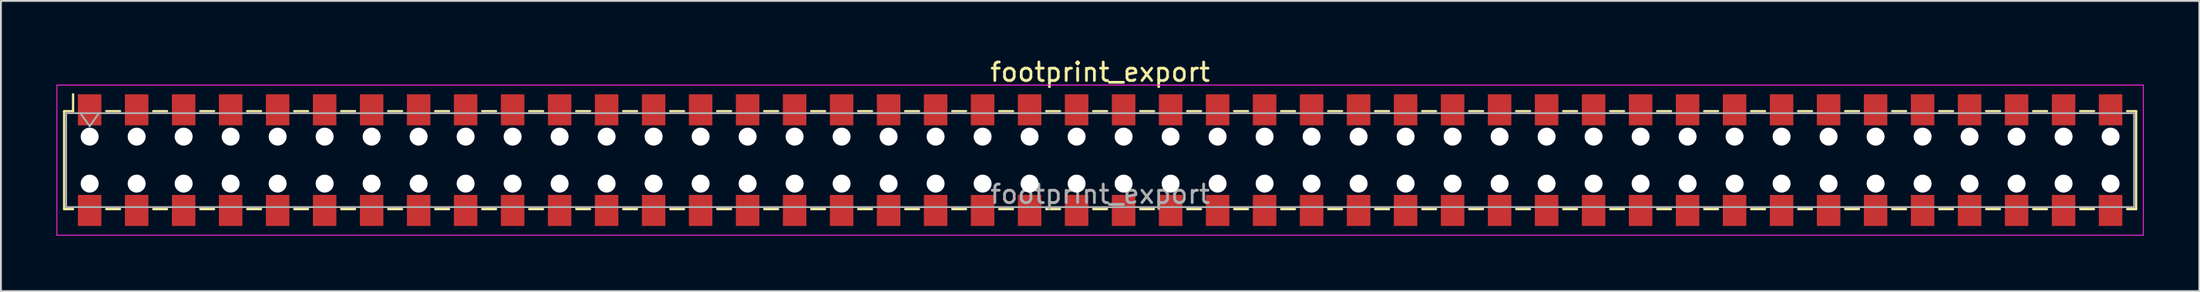
<source format=kicad_pcb>
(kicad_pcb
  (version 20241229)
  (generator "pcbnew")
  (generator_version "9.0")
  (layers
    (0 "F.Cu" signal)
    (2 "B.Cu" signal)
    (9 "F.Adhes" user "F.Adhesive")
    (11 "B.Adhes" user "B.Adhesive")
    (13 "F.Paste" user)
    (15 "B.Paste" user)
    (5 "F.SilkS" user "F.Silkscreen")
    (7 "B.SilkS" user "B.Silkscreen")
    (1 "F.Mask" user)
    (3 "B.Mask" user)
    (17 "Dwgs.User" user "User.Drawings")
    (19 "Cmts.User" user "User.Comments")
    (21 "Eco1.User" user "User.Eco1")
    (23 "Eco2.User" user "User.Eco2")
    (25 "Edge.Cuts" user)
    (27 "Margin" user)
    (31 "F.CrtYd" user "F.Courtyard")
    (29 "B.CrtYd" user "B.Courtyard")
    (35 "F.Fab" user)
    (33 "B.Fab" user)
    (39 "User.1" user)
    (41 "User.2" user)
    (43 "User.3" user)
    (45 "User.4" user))
  (footprint "footprint_export"
    (layer "F.Cu")
    (at 56.405 5.608)
    (property "Reference" "footprint_export" (at 0 -4.76 0) (layer "F.SilkS") (effects (font (size 1 1) (thickness 0.15))))
    (attr smd)
    (fp_line (start -55.99 -2.65) (end -55.99 2.65) (stroke (width 0.12) (type solid)) (layer "F.SilkS"))
    (fp_line (start -55.99 2.65) (end -55.505 2.65) (stroke (width 0.12) (type solid)) (layer "F.SilkS"))
    (fp_line (start -55.505 -3.56) (end -55.505 -2.65) (stroke (width 0.12) (type solid)) (layer "F.SilkS"))
    (fp_line (start -55.505 -2.65) (end -55.99 -2.65) (stroke (width 0.12) (type solid)) (layer "F.SilkS"))
    (fp_line (start -53.715 -2.65) (end -52.965 -2.65) (stroke (width 0.12) (type solid)) (layer "F.SilkS"))
    (fp_line (start -53.715 2.65) (end -52.965 2.65) (stroke (width 0.12) (type solid)) (layer "F.SilkS"))
    (fp_line (start -51.175 -2.65) (end -50.425 -2.65) (stroke (width 0.12) (type solid)) (layer "F.SilkS"))
    (fp_line (start -51.175 2.65) (end -50.425 2.65) (stroke (width 0.12) (type solid)) (layer "F.SilkS"))
    (fp_line (start -48.635 -2.65) (end -47.885 -2.65) (stroke (width 0.12) (type solid)) (layer "F.SilkS"))
    (fp_line (start -48.635 2.65) (end -47.885 2.65) (stroke (width 0.12) (type solid)) (layer "F.SilkS"))
    (fp_line (start -46.095 -2.65) (end -45.345 -2.65) (stroke (width 0.12) (type solid)) (layer "F.SilkS"))
    (fp_line (start -46.095 2.65) (end -45.345 2.65) (stroke (width 0.12) (type solid)) (layer "F.SilkS"))
    (fp_line (start -43.555 -2.65) (end -42.805 -2.65) (stroke (width 0.12) (type solid)) (layer "F.SilkS"))
    (fp_line (start -43.555 2.65) (end -42.805 2.65) (stroke (width 0.12) (type solid)) (layer "F.SilkS"))
    (fp_line (start -41.015 -2.65) (end -40.265 -2.65) (stroke (width 0.12) (type solid)) (layer "F.SilkS"))
    (fp_line (start -41.015 2.65) (end -40.265 2.65) (stroke (width 0.12) (type solid)) (layer "F.SilkS"))
    (fp_line (start -38.475 -2.65) (end -37.725 -2.65) (stroke (width 0.12) (type solid)) (layer "F.SilkS"))
    (fp_line (start -38.475 2.65) (end -37.725 2.65) (stroke (width 0.12) (type solid)) (layer "F.SilkS"))
    (fp_line (start -35.935 -2.65) (end -35.185 -2.65) (stroke (width 0.12) (type solid)) (layer "F.SilkS"))
    (fp_line (start -35.935 2.65) (end -35.185 2.65) (stroke (width 0.12) (type solid)) (layer "F.SilkS"))
    (fp_line (start -33.395 -2.65) (end -32.645 -2.65) (stroke (width 0.12) (type solid)) (layer "F.SilkS"))
    (fp_line (start -33.395 2.65) (end -32.645 2.65) (stroke (width 0.12) (type solid)) (layer "F.SilkS"))
    (fp_line (start -30.855 -2.65) (end -30.105 -2.65) (stroke (width 0.12) (type solid)) (layer "F.SilkS"))
    (fp_line (start -30.855 2.65) (end -30.105 2.65) (stroke (width 0.12) (type solid)) (layer "F.SilkS"))
    (fp_line (start -28.315 -2.65) (end -27.565 -2.65) (stroke (width 0.12) (type solid)) (layer "F.SilkS"))
    (fp_line (start -28.315 2.65) (end -27.565 2.65) (stroke (width 0.12) (type solid)) (layer "F.SilkS"))
    (fp_line (start -25.775 -2.65) (end -25.025 -2.65) (stroke (width 0.12) (type solid)) (layer "F.SilkS"))
    (fp_line (start -25.775 2.65) (end -25.025 2.65) (stroke (width 0.12) (type solid)) (layer "F.SilkS"))
    (fp_line (start -23.235 -2.65) (end -22.485 -2.65) (stroke (width 0.12) (type solid)) (layer "F.SilkS"))
    (fp_line (start -23.235 2.65) (end -22.485 2.65) (stroke (width 0.12) (type solid)) (layer "F.SilkS"))
    (fp_line (start -20.695 -2.65) (end -19.945 -2.65) (stroke (width 0.12) (type solid)) (layer "F.SilkS"))
    (fp_line (start -20.695 2.65) (end -19.945 2.65) (stroke (width 0.12) (type solid)) (layer "F.SilkS"))
    (fp_line (start -18.155 -2.65) (end -17.405 -2.65) (stroke (width 0.12) (type solid)) (layer "F.SilkS"))
    (fp_line (start -18.155 2.65) (end -17.405 2.65) (stroke (width 0.12) (type solid)) (layer "F.SilkS"))
    (fp_line (start -15.615 -2.65) (end -14.865 -2.65) (stroke (width 0.12) (type solid)) (layer "F.SilkS"))
    (fp_line (start -15.615 2.65) (end -14.865 2.65) (stroke (width 0.12) (type solid)) (layer "F.SilkS"))
    (fp_line (start -13.075 -2.65) (end -12.325 -2.65) (stroke (width 0.12) (type solid)) (layer "F.SilkS"))
    (fp_line (start -13.075 2.65) (end -12.325 2.65) (stroke (width 0.12) (type solid)) (layer "F.SilkS"))
    (fp_line (start -10.535 -2.65) (end -9.785 -2.65) (stroke (width 0.12) (type solid)) (layer "F.SilkS"))
    (fp_line (start -10.535 2.65) (end -9.785 2.65) (stroke (width 0.12) (type solid)) (layer "F.SilkS"))
    (fp_line (start -7.995 -2.65) (end -7.245 -2.65) (stroke (width 0.12) (type solid)) (layer "F.SilkS"))
    (fp_line (start -7.995 2.65) (end -7.245 2.65) (stroke (width 0.12) (type solid)) (layer "F.SilkS"))
    (fp_line (start -5.455 -2.65) (end -4.705 -2.65) (stroke (width 0.12) (type solid)) (layer "F.SilkS"))
    (fp_line (start -5.455 2.65) (end -4.705 2.65) (stroke (width 0.12) (type solid)) (layer "F.SilkS"))
    (fp_line (start -2.915 -2.65) (end -2.165 -2.65) (stroke (width 0.12) (type solid)) (layer "F.SilkS"))
    (fp_line (start -2.915 2.65) (end -2.165 2.65) (stroke (width 0.12) (type solid)) (layer "F.SilkS"))
    (fp_line (start -0.375 -2.65) (end 0.375 -2.65) (stroke (width 0.12) (type solid)) (layer "F.SilkS"))
    (fp_line (start -0.375 2.65) (end 0.375 2.65) (stroke (width 0.12) (type solid)) (layer "F.SilkS"))
    (fp_line (start 2.165 -2.65) (end 2.915 -2.65) (stroke (width 0.12) (type solid)) (layer "F.SilkS"))
    (fp_line (start 2.165 2.65) (end 2.915 2.65) (stroke (width 0.12) (type solid)) (layer "F.SilkS"))
    (fp_line (start 4.705 -2.65) (end 5.455 -2.65) (stroke (width 0.12) (type solid)) (layer "F.SilkS"))
    (fp_line (start 4.705 2.65) (end 5.455 2.65) (stroke (width 0.12) (type solid)) (layer "F.SilkS"))
    (fp_line (start 7.245 -2.65) (end 7.995 -2.65) (stroke (width 0.12) (type solid)) (layer "F.SilkS"))
    (fp_line (start 7.245 2.65) (end 7.995 2.65) (stroke (width 0.12) (type solid)) (layer "F.SilkS"))
    (fp_line (start 9.785 -2.65) (end 10.535 -2.65) (stroke (width 0.12) (type solid)) (layer "F.SilkS"))
    (fp_line (start 9.785 2.65) (end 10.535 2.65) (stroke (width 0.12) (type solid)) (layer "F.SilkS"))
    (fp_line (start 12.325 -2.65) (end 13.075 -2.65) (stroke (width 0.12) (type solid)) (layer "F.SilkS"))
    (fp_line (start 12.325 2.65) (end 13.075 2.65) (stroke (width 0.12) (type solid)) (layer "F.SilkS"))
    (fp_line (start 14.865 -2.65) (end 15.615 -2.65) (stroke (width 0.12) (type solid)) (layer "F.SilkS"))
    (fp_line (start 14.865 2.65) (end 15.615 2.65) (stroke (width 0.12) (type solid)) (layer "F.SilkS"))
    (fp_line (start 17.405 -2.65) (end 18.155 -2.65) (stroke (width 0.12) (type solid)) (layer "F.SilkS"))
    (fp_line (start 17.405 2.65) (end 18.155 2.65) (stroke (width 0.12) (type solid)) (layer "F.SilkS"))
    (fp_line (start 19.945 -2.65) (end 20.695 -2.65) (stroke (width 0.12) (type solid)) (layer "F.SilkS"))
    (fp_line (start 19.945 2.65) (end 20.695 2.65) (stroke (width 0.12) (type solid)) (layer "F.SilkS"))
    (fp_line (start 22.485 -2.65) (end 23.235 -2.65) (stroke (width 0.12) (type solid)) (layer "F.SilkS"))
    (fp_line (start 22.485 2.65) (end 23.235 2.65) (stroke (width 0.12) (type solid)) (layer "F.SilkS"))
    (fp_line (start 25.025 -2.65) (end 25.775 -2.65) (stroke (width 0.12) (type solid)) (layer "F.SilkS"))
    (fp_line (start 25.025 2.65) (end 25.775 2.65) (stroke (width 0.12) (type solid)) (layer "F.SilkS"))
    (fp_line (start 27.565 -2.65) (end 28.315 -2.65) (stroke (width 0.12) (type solid)) (layer "F.SilkS"))
    (fp_line (start 27.565 2.65) (end 28.315 2.65) (stroke (width 0.12) (type solid)) (layer "F.SilkS"))
    (fp_line (start 30.105 -2.65) (end 30.855 -2.65) (stroke (width 0.12) (type solid)) (layer "F.SilkS"))
    (fp_line (start 30.105 2.65) (end 30.855 2.65) (stroke (width 0.12) (type solid)) (layer "F.SilkS"))
    (fp_line (start 32.645 -2.65) (end 33.395 -2.65) (stroke (width 0.12) (type solid)) (layer "F.SilkS"))
    (fp_line (start 32.645 2.65) (end 33.395 2.65) (stroke (width 0.12) (type solid)) (layer "F.SilkS"))
    (fp_line (start 35.185 -2.65) (end 35.935 -2.65) (stroke (width 0.12) (type solid)) (layer "F.SilkS"))
    (fp_line (start 35.185 2.65) (end 35.935 2.65) (stroke (width 0.12) (type solid)) (layer "F.SilkS"))
    (fp_line (start 37.725 -2.65) (end 38.475 -2.65) (stroke (width 0.12) (type solid)) (layer "F.SilkS"))
    (fp_line (start 37.725 2.65) (end 38.475 2.65) (stroke (width 0.12) (type solid)) (layer "F.SilkS"))
    (fp_line (start 40.265 -2.65) (end 41.015 -2.65) (stroke (width 0.12) (type solid)) (layer "F.SilkS"))
    (fp_line (start 40.265 2.65) (end 41.015 2.65) (stroke (width 0.12) (type solid)) (layer "F.SilkS"))
    (fp_line (start 42.805 -2.65) (end 43.555 -2.65) (stroke (width 0.12) (type solid)) (layer "F.SilkS"))
    (fp_line (start 42.805 2.65) (end 43.555 2.65) (stroke (width 0.12) (type solid)) (layer "F.SilkS"))
    (fp_line (start 45.345 -2.65) (end 46.095 -2.65) (stroke (width 0.12) (type solid)) (layer "F.SilkS"))
    (fp_line (start 45.345 2.65) (end 46.095 2.65) (stroke (width 0.12) (type solid)) (layer "F.SilkS"))
    (fp_line (start 47.885 -2.65) (end 48.635 -2.65) (stroke (width 0.12) (type solid)) (layer "F.SilkS"))
    (fp_line (start 47.885 2.65) (end 48.635 2.65) (stroke (width 0.12) (type solid)) (layer "F.SilkS"))
    (fp_line (start 50.425 -2.65) (end 51.175 -2.65) (stroke (width 0.12) (type solid)) (layer "F.SilkS"))
    (fp_line (start 50.425 2.65) (end 51.175 2.65) (stroke (width 0.12) (type solid)) (layer "F.SilkS"))
    (fp_line (start 52.965 -2.65) (end 53.715 -2.65) (stroke (width 0.12) (type solid)) (layer "F.SilkS"))
    (fp_line (start 52.965 2.65) (end 53.715 2.65) (stroke (width 0.12) (type solid)) (layer "F.SilkS"))
    (fp_line (start 55.505 -2.65) (end 55.99 -2.65) (stroke (width 0.12) (type solid)) (layer "F.SilkS"))
    (fp_line (start 55.99 -2.65) (end 55.99 2.65) (stroke (width 0.12) (type solid)) (layer "F.SilkS"))
    (fp_line (start 55.99 2.65) (end 55.505 2.65) (stroke (width 0.12) (type solid)) (layer "F.SilkS"))
    (fp_line (start -56.38 -4.06) (end 56.38 -4.06) (stroke (width 0.05) (type solid)) (layer "F.CrtYd"))
    (fp_line (start -56.38 4.06) (end -56.38 -4.06) (stroke (width 0.05) (type solid)) (layer "F.CrtYd"))
    (fp_line (start 56.38 -4.06) (end 56.38 4.06) (stroke (width 0.05) (type solid)) (layer "F.CrtYd"))
    (fp_line (start 56.38 4.06) (end -56.38 4.06) (stroke (width 0.05) (type solid)) (layer "F.CrtYd"))
    (fp_line (start -55.88 -2.54) (end 55.88 -2.54) (stroke (width 0.1) (type solid)) (layer "F.Fab"))
    (fp_line (start -55.88 2.54) (end -55.88 -2.54) (stroke (width 0.1) (type solid)) (layer "F.Fab"))
    (fp_line (start -55.11 -2.54) (end -54.61 -1.833) (stroke (width 0.1) (type solid)) (layer "F.Fab"))
    (fp_line (start -54.61 -1.833) (end -54.11 -2.54) (stroke (width 0.1) (type solid)) (layer "F.Fab"))
    (fp_line (start 55.88 -2.54) (end 55.88 2.54) (stroke (width 0.1) (type solid)) (layer "F.Fab"))
    (fp_line (start 55.88 2.54) (end -55.88 2.54) (stroke (width 0.1) (type solid)) (layer "F.Fab"))
    (fp_text user "${REFERENCE}" (at 0 1.84 0) (layer "F.Fab") (effects (font (size 1 1) (thickness 0.15))))
    (pad "" np_thru_hole circle (at -54.61 -1.27) (size 0.97 0.97) (drill 0.97) (layers "*.Cu" "*.Mask"))
    (pad "" np_thru_hole circle (at -54.61 1.27) (size 0.97 0.97) (drill 0.97) (layers "*.Cu" "*.Mask"))
    (pad "" np_thru_hole circle (at -52.07 -1.27) (size 0.97 0.97) (drill 0.97) (layers "*.Cu" "*.Mask"))
    (pad "" np_thru_hole circle (at -52.07 1.27) (size 0.97 0.97) (drill 0.97) (layers "*.Cu" "*.Mask"))
    (pad "" np_thru_hole circle (at -49.53 -1.27) (size 0.97 0.97) (drill 0.97) (layers "*.Cu" "*.Mask"))
    (pad "" np_thru_hole circle (at -49.53 1.27) (size 0.97 0.97) (drill 0.97) (layers "*.Cu" "*.Mask"))
    (pad "" np_thru_hole circle (at -46.99 -1.27) (size 0.97 0.97) (drill 0.97) (layers "*.Cu" "*.Mask"))
    (pad "" np_thru_hole circle (at -46.99 1.27) (size 0.97 0.97) (drill 0.97) (layers "*.Cu" "*.Mask"))
    (pad "" np_thru_hole circle (at -44.45 -1.27) (size 0.97 0.97) (drill 0.97) (layers "*.Cu" "*.Mask"))
    (pad "" np_thru_hole circle (at -44.45 1.27) (size 0.97 0.97) (drill 0.97) (layers "*.Cu" "*.Mask"))
    (pad "" np_thru_hole circle (at -41.91 -1.27) (size 0.97 0.97) (drill 0.97) (layers "*.Cu" "*.Mask"))
    (pad "" np_thru_hole circle (at -41.91 1.27) (size 0.97 0.97) (drill 0.97) (layers "*.Cu" "*.Mask"))
    (pad "" np_thru_hole circle (at -39.37 -1.27) (size 0.97 0.97) (drill 0.97) (layers "*.Cu" "*.Mask"))
    (pad "" np_thru_hole circle (at -39.37 1.27) (size 0.97 0.97) (drill 0.97) (layers "*.Cu" "*.Mask"))
    (pad "" np_thru_hole circle (at -36.83 -1.27) (size 0.97 0.97) (drill 0.97) (layers "*.Cu" "*.Mask"))
    (pad "" np_thru_hole circle (at -36.83 1.27) (size 0.97 0.97) (drill 0.97) (layers "*.Cu" "*.Mask"))
    (pad "" np_thru_hole circle (at -34.29 -1.27) (size 0.97 0.97) (drill 0.97) (layers "*.Cu" "*.Mask"))
    (pad "" np_thru_hole circle (at -34.29 1.27) (size 0.97 0.97) (drill 0.97) (layers "*.Cu" "*.Mask"))
    (pad "" np_thru_hole circle (at -31.75 -1.27) (size 0.97 0.97) (drill 0.97) (layers "*.Cu" "*.Mask"))
    (pad "" np_thru_hole circle (at -31.75 1.27) (size 0.97 0.97) (drill 0.97) (layers "*.Cu" "*.Mask"))
    (pad "" np_thru_hole circle (at -29.21 -1.27) (size 0.97 0.97) (drill 0.97) (layers "*.Cu" "*.Mask"))
    (pad "" np_thru_hole circle (at -29.21 1.27) (size 0.97 0.97) (drill 0.97) (layers "*.Cu" "*.Mask"))
    (pad "" np_thru_hole circle (at -26.67 -1.27) (size 0.97 0.97) (drill 0.97) (layers "*.Cu" "*.Mask"))
    (pad "" np_thru_hole circle (at -26.67 1.27) (size 0.97 0.97) (drill 0.97) (layers "*.Cu" "*.Mask"))
    (pad "" np_thru_hole circle (at -24.13 -1.27) (size 0.97 0.97) (drill 0.97) (layers "*.Cu" "*.Mask"))
    (pad "" np_thru_hole circle (at -24.13 1.27) (size 0.97 0.97) (drill 0.97) (layers "*.Cu" "*.Mask"))
    (pad "" np_thru_hole circle (at -21.59 -1.27) (size 0.97 0.97) (drill 0.97) (layers "*.Cu" "*.Mask"))
    (pad "" np_thru_hole circle (at -21.59 1.27) (size 0.97 0.97) (drill 0.97) (layers "*.Cu" "*.Mask"))
    (pad "" np_thru_hole circle (at -19.05 -1.27) (size 0.97 0.97) (drill 0.97) (layers "*.Cu" "*.Mask"))
    (pad "" np_thru_hole circle (at -19.05 1.27) (size 0.97 0.97) (drill 0.97) (layers "*.Cu" "*.Mask"))
    (pad "" np_thru_hole circle (at -16.51 -1.27) (size 0.97 0.97) (drill 0.97) (layers "*.Cu" "*.Mask"))
    (pad "" np_thru_hole circle (at -16.51 1.27) (size 0.97 0.97) (drill 0.97) (layers "*.Cu" "*.Mask"))
    (pad "" np_thru_hole circle (at -13.97 -1.27) (size 0.97 0.97) (drill 0.97) (layers "*.Cu" "*.Mask"))
    (pad "" np_thru_hole circle (at -13.97 1.27) (size 0.97 0.97) (drill 0.97) (layers "*.Cu" "*.Mask"))
    (pad "" np_thru_hole circle (at -11.43 -1.27) (size 0.97 0.97) (drill 0.97) (layers "*.Cu" "*.Mask"))
    (pad "" np_thru_hole circle (at -11.43 1.27) (size 0.97 0.97) (drill 0.97) (layers "*.Cu" "*.Mask"))
    (pad "" np_thru_hole circle (at -8.89 -1.27) (size 0.97 0.97) (drill 0.97) (layers "*.Cu" "*.Mask"))
    (pad "" np_thru_hole circle (at -8.89 1.27) (size 0.97 0.97) (drill 0.97) (layers "*.Cu" "*.Mask"))
    (pad "" np_thru_hole circle (at -6.35 -1.27) (size 0.97 0.97) (drill 0.97) (layers "*.Cu" "*.Mask"))
    (pad "" np_thru_hole circle (at -6.35 1.27) (size 0.97 0.97) (drill 0.97) (layers "*.Cu" "*.Mask"))
    (pad "" np_thru_hole circle (at -3.81 -1.27) (size 0.97 0.97) (drill 0.97) (layers "*.Cu" "*.Mask"))
    (pad "" np_thru_hole circle (at -3.81 1.27) (size 0.97 0.97) (drill 0.97) (layers "*.Cu" "*.Mask"))
    (pad "" np_thru_hole circle (at -1.27 -1.27) (size 0.97 0.97) (drill 0.97) (layers "*.Cu" "*.Mask"))
    (pad "" np_thru_hole circle (at -1.27 1.27) (size 0.97 0.97) (drill 0.97) (layers "*.Cu" "*.Mask"))
    (pad "" np_thru_hole circle (at 1.27 -1.27) (size 0.97 0.97) (drill 0.97) (layers "*.Cu" "*.Mask"))
    (pad "" np_thru_hole circle (at 1.27 1.27) (size 0.97 0.97) (drill 0.97) (layers "*.Cu" "*.Mask"))
    (pad "" np_thru_hole circle (at 3.81 -1.27) (size 0.97 0.97) (drill 0.97) (layers "*.Cu" "*.Mask"))
    (pad "" np_thru_hole circle (at 3.81 1.27) (size 0.97 0.97) (drill 0.97) (layers "*.Cu" "*.Mask"))
    (pad "" np_thru_hole circle (at 6.35 -1.27) (size 0.97 0.97) (drill 0.97) (layers "*.Cu" "*.Mask"))
    (pad "" np_thru_hole circle (at 6.35 1.27) (size 0.97 0.97) (drill 0.97) (layers "*.Cu" "*.Mask"))
    (pad "" np_thru_hole circle (at 8.89 -1.27) (size 0.97 0.97) (drill 0.97) (layers "*.Cu" "*.Mask"))
    (pad "" np_thru_hole circle (at 8.89 1.27) (size 0.97 0.97) (drill 0.97) (layers "*.Cu" "*.Mask"))
    (pad "" np_thru_hole circle (at 11.43 -1.27) (size 0.97 0.97) (drill 0.97) (layers "*.Cu" "*.Mask"))
    (pad "" np_thru_hole circle (at 11.43 1.27) (size 0.97 0.97) (drill 0.97) (layers "*.Cu" "*.Mask"))
    (pad "" np_thru_hole circle (at 13.97 -1.27) (size 0.97 0.97) (drill 0.97) (layers "*.Cu" "*.Mask"))
    (pad "" np_thru_hole circle (at 13.97 1.27) (size 0.97 0.97) (drill 0.97) (layers "*.Cu" "*.Mask"))
    (pad "" np_thru_hole circle (at 16.51 -1.27) (size 0.97 0.97) (drill 0.97) (layers "*.Cu" "*.Mask"))
    (pad "" np_thru_hole circle (at 16.51 1.27) (size 0.97 0.97) (drill 0.97) (layers "*.Cu" "*.Mask"))
    (pad "" np_thru_hole circle (at 19.05 -1.27) (size 0.97 0.97) (drill 0.97) (layers "*.Cu" "*.Mask"))
    (pad "" np_thru_hole circle (at 19.05 1.27) (size 0.97 0.97) (drill 0.97) (layers "*.Cu" "*.Mask"))
    (pad "" np_thru_hole circle (at 21.59 -1.27) (size 0.97 0.97) (drill 0.97) (layers "*.Cu" "*.Mask"))
    (pad "" np_thru_hole circle (at 21.59 1.27) (size 0.97 0.97) (drill 0.97) (layers "*.Cu" "*.Mask"))
    (pad "" np_thru_hole circle (at 24.13 -1.27) (size 0.97 0.97) (drill 0.97) (layers "*.Cu" "*.Mask"))
    (pad "" np_thru_hole circle (at 24.13 1.27) (size 0.97 0.97) (drill 0.97) (layers "*.Cu" "*.Mask"))
    (pad "" np_thru_hole circle (at 26.67 -1.27) (size 0.97 0.97) (drill 0.97) (layers "*.Cu" "*.Mask"))
    (pad "" np_thru_hole circle (at 26.67 1.27) (size 0.97 0.97) (drill 0.97) (layers "*.Cu" "*.Mask"))
    (pad "" np_thru_hole circle (at 29.21 -1.27) (size 0.97 0.97) (drill 0.97) (layers "*.Cu" "*.Mask"))
    (pad "" np_thru_hole circle (at 29.21 1.27) (size 0.97 0.97) (drill 0.97) (layers "*.Cu" "*.Mask"))
    (pad "" np_thru_hole circle (at 31.75 -1.27) (size 0.97 0.97) (drill 0.97) (layers "*.Cu" "*.Mask"))
    (pad "" np_thru_hole circle (at 31.75 1.27) (size 0.97 0.97) (drill 0.97) (layers "*.Cu" "*.Mask"))
    (pad "" np_thru_hole circle (at 34.29 -1.27) (size 0.97 0.97) (drill 0.97) (layers "*.Cu" "*.Mask"))
    (pad "" np_thru_hole circle (at 34.29 1.27) (size 0.97 0.97) (drill 0.97) (layers "*.Cu" "*.Mask"))
    (pad "" np_thru_hole circle (at 36.83 -1.27) (size 0.97 0.97) (drill 0.97) (layers "*.Cu" "*.Mask"))
    (pad "" np_thru_hole circle (at 36.83 1.27) (size 0.97 0.97) (drill 0.97) (layers "*.Cu" "*.Mask"))
    (pad "" np_thru_hole circle (at 39.37 -1.27) (size 0.97 0.97) (drill 0.97) (layers "*.Cu" "*.Mask"))
    (pad "" np_thru_hole circle (at 39.37 1.27) (size 0.97 0.97) (drill 0.97) (layers "*.Cu" "*.Mask"))
    (pad "" np_thru_hole circle (at 41.91 -1.27) (size 0.97 0.97) (drill 0.97) (layers "*.Cu" "*.Mask"))
    (pad "" np_thru_hole circle (at 41.91 1.27) (size 0.97 0.97) (drill 0.97) (layers "*.Cu" "*.Mask"))
    (pad "" np_thru_hole circle (at 44.45 -1.27) (size 0.97 0.97) (drill 0.97) (layers "*.Cu" "*.Mask"))
    (pad "" np_thru_hole circle (at 44.45 1.27) (size 0.97 0.97) (drill 0.97) (layers "*.Cu" "*.Mask"))
    (pad "" np_thru_hole circle (at 46.99 -1.27) (size 0.97 0.97) (drill 0.97) (layers "*.Cu" "*.Mask"))
    (pad "" np_thru_hole circle (at 46.99 1.27) (size 0.97 0.97) (drill 0.97) (layers "*.Cu" "*.Mask"))
    (pad "" np_thru_hole circle (at 49.53 -1.27) (size 0.97 0.97) (drill 0.97) (layers "*.Cu" "*.Mask"))
    (pad "" np_thru_hole circle (at 49.53 1.27) (size 0.97 0.97) (drill 0.97) (layers "*.Cu" "*.Mask"))
    (pad "" np_thru_hole circle (at 52.07 -1.27) (size 0.97 0.97) (drill 0.97) (layers "*.Cu" "*.Mask"))
    (pad "" np_thru_hole circle (at 52.07 1.27) (size 0.97 0.97) (drill 0.97) (layers "*.Cu" "*.Mask"))
    (pad "" np_thru_hole circle (at 54.61 -1.27) (size 0.97 0.97) (drill 0.97) (layers "*.Cu" "*.Mask"))
    (pad "" np_thru_hole circle (at 54.61 1.27) (size 0.97 0.97) (drill 0.97) (layers "*.Cu" "*.Mask"))
    (pad "1" smd rect (at -54.61 -2.72) (size 1.27 1.68) (layers "F.Cu" "F.Mask" "F.Paste"))
    (pad "2" smd rect (at -54.61 2.72) (size 1.27 1.68) (layers "F.Cu" "F.Mask" "F.Paste"))
    (pad "3" smd rect (at -52.07 -2.72) (size 1.27 1.68) (layers "F.Cu" "F.Mask" "F.Paste"))
    (pad "4" smd rect (at -52.07 2.72) (size 1.27 1.68) (layers "F.Cu" "F.Mask" "F.Paste"))
    (pad "5" smd rect (at -49.53 -2.72) (size 1.27 1.68) (layers "F.Cu" "F.Mask" "F.Paste"))
    (pad "6" smd rect (at -49.53 2.72) (size 1.27 1.68) (layers "F.Cu" "F.Mask" "F.Paste"))
    (pad "7" smd rect (at -46.99 -2.72) (size 1.27 1.68) (layers "F.Cu" "F.Mask" "F.Paste"))
    (pad "8" smd rect (at -46.99 2.72) (size 1.27 1.68) (layers "F.Cu" "F.Mask" "F.Paste"))
    (pad "9" smd rect (at -44.45 -2.72) (size 1.27 1.68) (layers "F.Cu" "F.Mask" "F.Paste"))
    (pad "10" smd rect (at -44.45 2.72) (size 1.27 1.68) (layers "F.Cu" "F.Mask" "F.Paste"))
    (pad "11" smd rect (at -41.91 -2.72) (size 1.27 1.68) (layers "F.Cu" "F.Mask" "F.Paste"))
    (pad "12" smd rect (at -41.91 2.72) (size 1.27 1.68) (layers "F.Cu" "F.Mask" "F.Paste"))
    (pad "13" smd rect (at -39.37 -2.72) (size 1.27 1.68) (layers "F.Cu" "F.Mask" "F.Paste"))
    (pad "14" smd rect (at -39.37 2.72) (size 1.27 1.68) (layers "F.Cu" "F.Mask" "F.Paste"))
    (pad "15" smd rect (at -36.83 -2.72) (size 1.27 1.68) (layers "F.Cu" "F.Mask" "F.Paste"))
    (pad "16" smd rect (at -36.83 2.72) (size 1.27 1.68) (layers "F.Cu" "F.Mask" "F.Paste"))
    (pad "17" smd rect (at -34.29 -2.72) (size 1.27 1.68) (layers "F.Cu" "F.Mask" "F.Paste"))
    (pad "18" smd rect (at -34.29 2.72) (size 1.27 1.68) (layers "F.Cu" "F.Mask" "F.Paste"))
    (pad "19" smd rect (at -31.75 -2.72) (size 1.27 1.68) (layers "F.Cu" "F.Mask" "F.Paste"))
    (pad "20" smd rect (at -31.75 2.72) (size 1.27 1.68) (layers "F.Cu" "F.Mask" "F.Paste"))
    (pad "21" smd rect (at -29.21 -2.72) (size 1.27 1.68) (layers "F.Cu" "F.Mask" "F.Paste"))
    (pad "22" smd rect (at -29.21 2.72) (size 1.27 1.68) (layers "F.Cu" "F.Mask" "F.Paste"))
    (pad "23" smd rect (at -26.67 -2.72) (size 1.27 1.68) (layers "F.Cu" "F.Mask" "F.Paste"))
    (pad "24" smd rect (at -26.67 2.72) (size 1.27 1.68) (layers "F.Cu" "F.Mask" "F.Paste"))
    (pad "25" smd rect (at -24.13 -2.72) (size 1.27 1.68) (layers "F.Cu" "F.Mask" "F.Paste"))
    (pad "26" smd rect (at -24.13 2.72) (size 1.27 1.68) (layers "F.Cu" "F.Mask" "F.Paste"))
    (pad "27" smd rect (at -21.59 -2.72) (size 1.27 1.68) (layers "F.Cu" "F.Mask" "F.Paste"))
    (pad "28" smd rect (at -21.59 2.72) (size 1.27 1.68) (layers "F.Cu" "F.Mask" "F.Paste"))
    (pad "29" smd rect (at -19.05 -2.72) (size 1.27 1.68) (layers "F.Cu" "F.Mask" "F.Paste"))
    (pad "30" smd rect (at -19.05 2.72) (size 1.27 1.68) (layers "F.Cu" "F.Mask" "F.Paste"))
    (pad "31" smd rect (at -16.51 -2.72) (size 1.27 1.68) (layers "F.Cu" "F.Mask" "F.Paste"))
    (pad "32" smd rect (at -16.51 2.72) (size 1.27 1.68) (layers "F.Cu" "F.Mask" "F.Paste"))
    (pad "33" smd rect (at -13.97 -2.72) (size 1.27 1.68) (layers "F.Cu" "F.Mask" "F.Paste"))
    (pad "34" smd rect (at -13.97 2.72) (size 1.27 1.68) (layers "F.Cu" "F.Mask" "F.Paste"))
    (pad "35" smd rect (at -11.43 -2.72) (size 1.27 1.68) (layers "F.Cu" "F.Mask" "F.Paste"))
    (pad "36" smd rect (at -11.43 2.72) (size 1.27 1.68) (layers "F.Cu" "F.Mask" "F.Paste"))
    (pad "37" smd rect (at -8.89 -2.72) (size 1.27 1.68) (layers "F.Cu" "F.Mask" "F.Paste"))
    (pad "38" smd rect (at -8.89 2.72) (size 1.27 1.68) (layers "F.Cu" "F.Mask" "F.Paste"))
    (pad "39" smd rect (at -6.35 -2.72) (size 1.27 1.68) (layers "F.Cu" "F.Mask" "F.Paste"))
    (pad "40" smd rect (at -6.35 2.72) (size 1.27 1.68) (layers "F.Cu" "F.Mask" "F.Paste"))
    (pad "41" smd rect (at -3.81 -2.72) (size 1.27 1.68) (layers "F.Cu" "F.Mask" "F.Paste"))
    (pad "42" smd rect (at -3.81 2.72) (size 1.27 1.68) (layers "F.Cu" "F.Mask" "F.Paste"))
    (pad "43" smd rect (at -1.27 -2.72) (size 1.27 1.68) (layers "F.Cu" "F.Mask" "F.Paste"))
    (pad "44" smd rect (at -1.27 2.72) (size 1.27 1.68) (layers "F.Cu" "F.Mask" "F.Paste"))
    (pad "45" smd rect (at 1.27 -2.72) (size 1.27 1.68) (layers "F.Cu" "F.Mask" "F.Paste"))
    (pad "46" smd rect (at 1.27 2.72) (size 1.27 1.68) (layers "F.Cu" "F.Mask" "F.Paste"))
    (pad "47" smd rect (at 3.81 -2.72) (size 1.27 1.68) (layers "F.Cu" "F.Mask" "F.Paste"))
    (pad "48" smd rect (at 3.81 2.72) (size 1.27 1.68) (layers "F.Cu" "F.Mask" "F.Paste"))
    (pad "49" smd rect (at 6.35 -2.72) (size 1.27 1.68) (layers "F.Cu" "F.Mask" "F.Paste"))
    (pad "50" smd rect (at 6.35 2.72) (size 1.27 1.68) (layers "F.Cu" "F.Mask" "F.Paste"))
    (pad "51" smd rect (at 8.89 -2.72) (size 1.27 1.68) (layers "F.Cu" "F.Mask" "F.Paste"))
    (pad "52" smd rect (at 8.89 2.72) (size 1.27 1.68) (layers "F.Cu" "F.Mask" "F.Paste"))
    (pad "53" smd rect (at 11.43 -2.72) (size 1.27 1.68) (layers "F.Cu" "F.Mask" "F.Paste"))
    (pad "54" smd rect (at 11.43 2.72) (size 1.27 1.68) (layers "F.Cu" "F.Mask" "F.Paste"))
    (pad "55" smd rect (at 13.97 -2.72) (size 1.27 1.68) (layers "F.Cu" "F.Mask" "F.Paste"))
    (pad "56" smd rect (at 13.97 2.72) (size 1.27 1.68) (layers "F.Cu" "F.Mask" "F.Paste"))
    (pad "57" smd rect (at 16.51 -2.72) (size 1.27 1.68) (layers "F.Cu" "F.Mask" "F.Paste"))
    (pad "58" smd rect (at 16.51 2.72) (size 1.27 1.68) (layers "F.Cu" "F.Mask" "F.Paste"))
    (pad "59" smd rect (at 19.05 -2.72) (size 1.27 1.68) (layers "F.Cu" "F.Mask" "F.Paste"))
    (pad "60" smd rect (at 19.05 2.72) (size 1.27 1.68) (layers "F.Cu" "F.Mask" "F.Paste"))
    (pad "61" smd rect (at 21.59 -2.72) (size 1.27 1.68) (layers "F.Cu" "F.Mask" "F.Paste"))
    (pad "62" smd rect (at 21.59 2.72) (size 1.27 1.68) (layers "F.Cu" "F.Mask" "F.Paste"))
    (pad "63" smd rect (at 24.13 -2.72) (size 1.27 1.68) (layers "F.Cu" "F.Mask" "F.Paste"))
    (pad "64" smd rect (at 24.13 2.72) (size 1.27 1.68) (layers "F.Cu" "F.Mask" "F.Paste"))
    (pad "65" smd rect (at 26.67 -2.72) (size 1.27 1.68) (layers "F.Cu" "F.Mask" "F.Paste"))
    (pad "66" smd rect (at 26.67 2.72) (size 1.27 1.68) (layers "F.Cu" "F.Mask" "F.Paste"))
    (pad "67" smd rect (at 29.21 -2.72) (size 1.27 1.68) (layers "F.Cu" "F.Mask" "F.Paste"))
    (pad "68" smd rect (at 29.21 2.72) (size 1.27 1.68) (layers "F.Cu" "F.Mask" "F.Paste"))
    (pad "69" smd rect (at 31.75 -2.72) (size 1.27 1.68) (layers "F.Cu" "F.Mask" "F.Paste"))
    (pad "70" smd rect (at 31.75 2.72) (size 1.27 1.68) (layers "F.Cu" "F.Mask" "F.Paste"))
    (pad "71" smd rect (at 34.29 -2.72) (size 1.27 1.68) (layers "F.Cu" "F.Mask" "F.Paste"))
    (pad "72" smd rect (at 34.29 2.72) (size 1.27 1.68) (layers "F.Cu" "F.Mask" "F.Paste"))
    (pad "73" smd rect (at 36.83 -2.72) (size 1.27 1.68) (layers "F.Cu" "F.Mask" "F.Paste"))
    (pad "74" smd rect (at 36.83 2.72) (size 1.27 1.68) (layers "F.Cu" "F.Mask" "F.Paste"))
    (pad "75" smd rect (at 39.37 -2.72) (size 1.27 1.68) (layers "F.Cu" "F.Mask" "F.Paste"))
    (pad "76" smd rect (at 39.37 2.72) (size 1.27 1.68) (layers "F.Cu" "F.Mask" "F.Paste"))
    (pad "77" smd rect (at 41.91 -2.72) (size 1.27 1.68) (layers "F.Cu" "F.Mask" "F.Paste"))
    (pad "78" smd rect (at 41.91 2.72) (size 1.27 1.68) (layers "F.Cu" "F.Mask" "F.Paste"))
    (pad "79" smd rect (at 44.45 -2.72) (size 1.27 1.68) (layers "F.Cu" "F.Mask" "F.Paste"))
    (pad "80" smd rect (at 44.45 2.72) (size 1.27 1.68) (layers "F.Cu" "F.Mask" "F.Paste"))
    (pad "81" smd rect (at 46.99 -2.72) (size 1.27 1.68) (layers "F.Cu" "F.Mask" "F.Paste"))
    (pad "82" smd rect (at 46.99 2.72) (size 1.27 1.68) (layers "F.Cu" "F.Mask" "F.Paste"))
    (pad "83" smd rect (at 49.53 -2.72) (size 1.27 1.68) (layers "F.Cu" "F.Mask" "F.Paste"))
    (pad "84" smd rect (at 49.53 2.72) (size 1.27 1.68) (layers "F.Cu" "F.Mask" "F.Paste"))
    (pad "85" smd rect (at 52.07 -2.72) (size 1.27 1.68) (layers "F.Cu" "F.Mask" "F.Paste"))
    (pad "86" smd rect (at 52.07 2.72) (size 1.27 1.68) (layers "F.Cu" "F.Mask" "F.Paste"))
    (pad "87" smd rect (at 54.61 -2.72) (size 1.27 1.68) (layers "F.Cu" "F.Mask" "F.Paste"))
    (pad "88" smd rect (at 54.61 2.72) (size 1.27 1.68) (layers "F.Cu" "F.Mask" "F.Paste")))
  (gr_rect
    (start -3 -3)
    (end 115.81 12.693)
    (stroke (width 0.1) (type default))
    (fill no)
    (layer "Edge.Cuts")))
</source>
